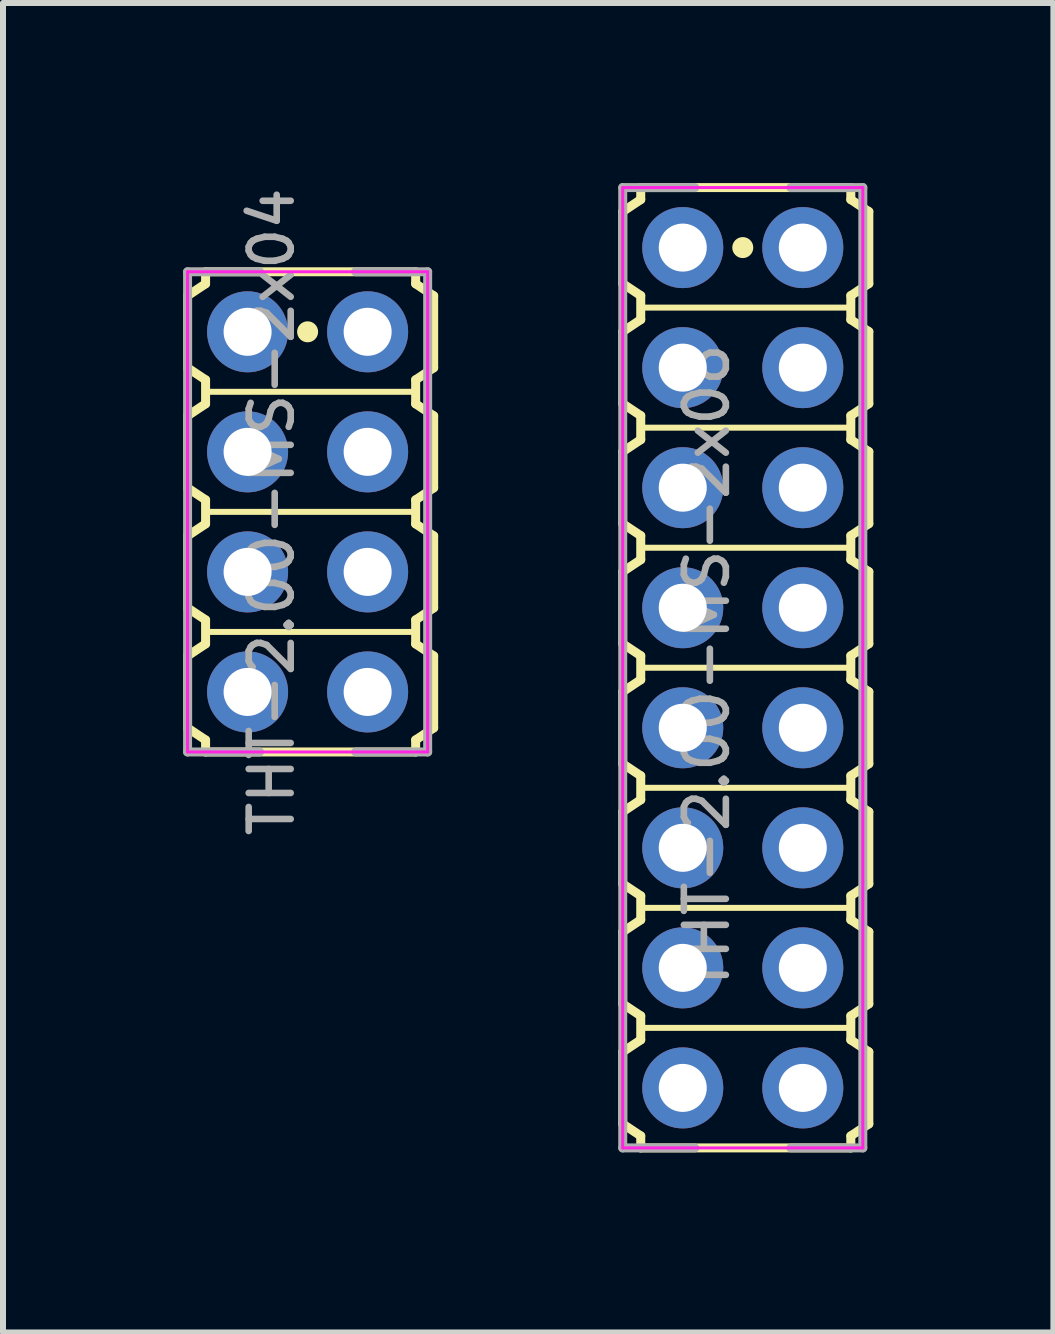
<source format=kicad_pcb>
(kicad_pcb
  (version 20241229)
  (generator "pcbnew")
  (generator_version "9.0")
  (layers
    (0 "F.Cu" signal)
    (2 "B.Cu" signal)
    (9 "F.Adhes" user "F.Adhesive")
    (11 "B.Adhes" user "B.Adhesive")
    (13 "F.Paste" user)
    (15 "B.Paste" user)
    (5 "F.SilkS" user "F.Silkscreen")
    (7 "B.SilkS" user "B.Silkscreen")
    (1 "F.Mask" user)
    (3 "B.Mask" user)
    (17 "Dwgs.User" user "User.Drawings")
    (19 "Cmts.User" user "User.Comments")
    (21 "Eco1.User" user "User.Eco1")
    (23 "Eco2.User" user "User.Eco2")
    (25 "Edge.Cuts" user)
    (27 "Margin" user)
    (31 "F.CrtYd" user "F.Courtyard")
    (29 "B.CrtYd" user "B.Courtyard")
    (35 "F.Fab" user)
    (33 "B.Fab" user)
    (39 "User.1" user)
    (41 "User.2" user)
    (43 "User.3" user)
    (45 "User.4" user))
  (footprint "THT-2.00-MS-2x08"
    (layer "F.Cu")
    (at 9.325 8.075)
    (property "Reference" "THT-2.00-MS-2x08" (at -0.6 0 90) (layer "F.Fab") (effects (font (size 0.7 0.7) (thickness 0.11))))
    (attr through_hole)
    (fp_line (start -2 -7.6) (end -1.7 -7.8) (stroke (width 0.15) (type solid)) (layer "F.SilkS"))
    (fp_line (start -2 -6.4) (end -2 -7.6) (stroke (width 0.15) (type solid)) (layer "F.SilkS"))
    (fp_line (start -2 -5.6) (end -1.7 -5.8) (stroke (width 0.15) (type solid)) (layer "F.SilkS"))
    (fp_line (start -2 -4.4) (end -2 -5.6) (stroke (width 0.15) (type solid)) (layer "F.SilkS"))
    (fp_line (start -2 -3.6) (end -1.7 -3.8) (stroke (width 0.15) (type solid)) (layer "F.SilkS"))
    (fp_line (start -2 -2.4) (end -2 -3.6) (stroke (width 0.15) (type solid)) (layer "F.SilkS"))
    (fp_line (start -2 -1.6) (end -1.7 -1.8) (stroke (width 0.15) (type solid)) (layer "F.SilkS"))
    (fp_line (start -2 -0.4) (end -2 -1.6) (stroke (width 0.15) (type solid)) (layer "F.SilkS"))
    (fp_line (start -2 0.4) (end -1.7 0.2) (stroke (width 0.15) (type solid)) (layer "F.SilkS"))
    (fp_line (start -2 1.6) (end -2 0.4) (stroke (width 0.15) (type solid)) (layer "F.SilkS"))
    (fp_line (start -2 2.4) (end -1.7 2.2) (stroke (width 0.15) (type solid)) (layer "F.SilkS"))
    (fp_line (start -2 3.6) (end -2 2.4) (stroke (width 0.15) (type solid)) (layer "F.SilkS"))
    (fp_line (start -2 4.4) (end -1.7 4.2) (stroke (width 0.15) (type solid)) (layer "F.SilkS"))
    (fp_line (start -2 5.6) (end -2 4.4) (stroke (width 0.15) (type solid)) (layer "F.SilkS"))
    (fp_line (start -2 6.4) (end -1.7 6.2) (stroke (width 0.15) (type solid)) (layer "F.SilkS"))
    (fp_line (start -2 7.6) (end -2 6.4) (stroke (width 0.15) (type solid)) (layer "F.SilkS"))
    (fp_line (start -1.7 -8) (end -1.7 -7.8) (stroke (width 0.15) (type solid)) (layer "F.SilkS"))
    (fp_line (start -1.7 -8) (end 1.8 -8) (stroke (width 0.15) (type solid)) (layer "F.SilkS"))
    (fp_line (start -1.7 -6.2) (end -2 -6.4) (stroke (width 0.15) (type solid)) (layer "F.SilkS"))
    (fp_line (start -1.7 -6.2) (end -1.7 -5.8) (stroke (width 0.15) (type solid)) (layer "F.SilkS"))
    (fp_line (start -1.7 -6) (end 1.8 -6) (stroke (width 0.1) (type solid)) (layer "F.SilkS"))
    (fp_line (start -1.7 -4.2) (end -2 -4.4) (stroke (width 0.15) (type solid)) (layer "F.SilkS"))
    (fp_line (start -1.7 -4.2) (end -1.7 -3.8) (stroke (width 0.15) (type solid)) (layer "F.SilkS"))
    (fp_line (start -1.7 -4) (end 1.8 -4) (stroke (width 0.1) (type solid)) (layer "F.SilkS"))
    (fp_line (start -1.7 -2.2) (end -2 -2.4) (stroke (width 0.15) (type solid)) (layer "F.SilkS"))
    (fp_line (start -1.7 -2.2) (end -1.7 -1.8) (stroke (width 0.15) (type solid)) (layer "F.SilkS"))
    (fp_line (start -1.7 -2) (end 1.8 -2) (stroke (width 0.1) (type solid)) (layer "F.SilkS"))
    (fp_line (start -1.7 -0.2) (end -2 -0.4) (stroke (width 0.15) (type solid)) (layer "F.SilkS"))
    (fp_line (start -1.7 -0.2) (end -1.7 0.2) (stroke (width 0.15) (type solid)) (layer "F.SilkS"))
    (fp_line (start -1.7 0) (end 1.8 0) (stroke (width 0.1) (type solid)) (layer "F.SilkS"))
    (fp_line (start -1.7 1.8) (end -2 1.6) (stroke (width 0.15) (type solid)) (layer "F.SilkS"))
    (fp_line (start -1.7 1.8) (end -1.7 2.2) (stroke (width 0.15) (type solid)) (layer "F.SilkS"))
    (fp_line (start -1.7 2) (end 1.8 2) (stroke (width 0.1) (type solid)) (layer "F.SilkS"))
    (fp_line (start -1.7 3.8) (end -2 3.6) (stroke (width 0.15) (type solid)) (layer "F.SilkS"))
    (fp_line (start -1.7 3.8) (end -1.7 4.2) (stroke (width 0.15) (type solid)) (layer "F.SilkS"))
    (fp_line (start -1.7 4) (end 1.8 4) (stroke (width 0.1) (type solid)) (layer "F.SilkS"))
    (fp_line (start -1.7 5.8) (end -2 5.6) (stroke (width 0.15) (type solid)) (layer "F.SilkS"))
    (fp_line (start -1.7 5.8) (end -1.7 6.2) (stroke (width 0.15) (type solid)) (layer "F.SilkS"))
    (fp_line (start -1.7 6) (end 1.8 6) (stroke (width 0.1) (type solid)) (layer "F.SilkS"))
    (fp_line (start -1.7 7.8) (end -2 7.6) (stroke (width 0.15) (type solid)) (layer "F.SilkS"))
    (fp_line (start -1.7 7.8) (end -1.7 8) (stroke (width 0.15) (type solid)) (layer "F.SilkS"))
    (fp_line (start -1.7 8) (end 1.8 8) (stroke (width 0.15) (type solid)) (layer "F.SilkS"))
    (fp_line (start 0.1 -7) (end -0.1 -7) (stroke (width 0.12) (type solid)) (layer "F.SilkS"))
    (fp_line (start 1.8 -7.8) (end 1.8 -8) (stroke (width 0.15) (type solid)) (layer "F.SilkS"))
    (fp_line (start 1.8 -7.8) (end 2.1 -7.6) (stroke (width 0.15) (type solid)) (layer "F.SilkS"))
    (fp_line (start 1.8 -5.8) (end 1.8 -6.2) (stroke (width 0.15) (type solid)) (layer "F.SilkS"))
    (fp_line (start 1.8 -5.8) (end 2.1 -5.6) (stroke (width 0.15) (type solid)) (layer "F.SilkS"))
    (fp_line (start 1.8 -3.8) (end 1.8 -4.2) (stroke (width 0.15) (type solid)) (layer "F.SilkS"))
    (fp_line (start 1.8 -3.8) (end 2.1 -3.6) (stroke (width 0.15) (type solid)) (layer "F.SilkS"))
    (fp_line (start 1.8 -1.8) (end 1.8 -2.2) (stroke (width 0.15) (type solid)) (layer "F.SilkS"))
    (fp_line (start 1.8 -1.8) (end 2.1 -1.6) (stroke (width 0.15) (type solid)) (layer "F.SilkS"))
    (fp_line (start 1.8 0.2) (end 1.8 -0.2) (stroke (width 0.15) (type solid)) (layer "F.SilkS"))
    (fp_line (start 1.8 0.2) (end 2.1 0.4) (stroke (width 0.15) (type solid)) (layer "F.SilkS"))
    (fp_line (start 1.8 2.2) (end 1.8 1.8) (stroke (width 0.15) (type solid)) (layer "F.SilkS"))
    (fp_line (start 1.8 2.2) (end 2.1 2.4) (stroke (width 0.15) (type solid)) (layer "F.SilkS"))
    (fp_line (start 1.8 4.2) (end 1.8 3.8) (stroke (width 0.15) (type solid)) (layer "F.SilkS"))
    (fp_line (start 1.8 4.2) (end 2.1 4.4) (stroke (width 0.15) (type solid)) (layer "F.SilkS"))
    (fp_line (start 1.8 6.2) (end 1.8 5.8) (stroke (width 0.15) (type solid)) (layer "F.SilkS"))
    (fp_line (start 1.8 6.2) (end 2.1 6.4) (stroke (width 0.15) (type solid)) (layer "F.SilkS"))
    (fp_line (start 1.8 8) (end 1.8 7.8) (stroke (width 0.15) (type solid)) (layer "F.SilkS"))
    (fp_line (start 2.1 -7.6) (end 2.1 -6.4) (stroke (width 0.15) (type solid)) (layer "F.SilkS"))
    (fp_line (start 2.1 -6.4) (end 1.8 -6.2) (stroke (width 0.15) (type solid)) (layer "F.SilkS"))
    (fp_line (start 2.1 -5.6) (end 2.1 -4.4) (stroke (width 0.15) (type solid)) (layer "F.SilkS"))
    (fp_line (start 2.1 -4.4) (end 1.8 -4.2) (stroke (width 0.15) (type solid)) (layer "F.SilkS"))
    (fp_line (start 2.1 -3.6) (end 2.1 -2.4) (stroke (width 0.15) (type solid)) (layer "F.SilkS"))
    (fp_line (start 2.1 -2.4) (end 1.8 -2.2) (stroke (width 0.15) (type solid)) (layer "F.SilkS"))
    (fp_line (start 2.1 -1.6) (end 2.1 -0.4) (stroke (width 0.15) (type solid)) (layer "F.SilkS"))
    (fp_line (start 2.1 -0.4) (end 1.8 -0.2) (stroke (width 0.15) (type solid)) (layer "F.SilkS"))
    (fp_line (start 2.1 0.4) (end 2.1 1.6) (stroke (width 0.15) (type solid)) (layer "F.SilkS"))
    (fp_line (start 2.1 1.6) (end 1.8 1.8) (stroke (width 0.15) (type solid)) (layer "F.SilkS"))
    (fp_line (start 2.1 2.4) (end 2.1 3.6) (stroke (width 0.15) (type solid)) (layer "F.SilkS"))
    (fp_line (start 2.1 3.6) (end 1.8 3.8) (stroke (width 0.15) (type solid)) (layer "F.SilkS"))
    (fp_line (start 2.1 4.4) (end 2.1 5.6) (stroke (width 0.15) (type solid)) (layer "F.SilkS"))
    (fp_line (start 2.1 5.6) (end 1.8 5.8) (stroke (width 0.15) (type solid)) (layer "F.SilkS"))
    (fp_line (start 2.1 6.4) (end 2.1 7.6) (stroke (width 0.15) (type solid)) (layer "F.SilkS"))
    (fp_line (start 2.1 7.6) (end 1.8 7.8) (stroke (width 0.15) (type solid)) (layer "F.SilkS"))
    (fp_circle (center 0 -7) (end 0.1 -7) (stroke (width 0.15) (type solid)) (fill no) (layer "F.SilkS"))
    (fp_line (start -2 -8) (end -2 8) (stroke (width 0.05) (type solid)) (layer "F.CrtYd"))
    (fp_line (start -2 -8) (end 2 -8) (stroke (width 0.05) (type solid)) (layer "F.CrtYd"))
    (fp_line (start -2 8) (end 2 8) (stroke (width 0.05) (type solid)) (layer "F.CrtYd"))
    (fp_line (start 2 -8) (end 2 8) (stroke (width 0.05) (type solid)) (layer "F.CrtYd"))
    (fp_line (start -2 8) (end -2 -8) (stroke (width 0.15) (type solid)) (layer "F.Fab"))
    (fp_line (start -0.8 -8) (end -2 -8) (stroke (width 0.15) (type solid)) (layer "F.Fab"))
    (fp_line (start -0.8 8) (end -2 8) (stroke (width 0.15) (type solid)) (layer "F.Fab"))
    (fp_line (start 0.8 -8) (end 2 -8) (stroke (width 0.15) (type solid)) (layer "F.Fab"))
    (fp_line (start 2 8) (end 0.8 8) (stroke (width 0.15) (type solid)) (layer "F.Fab"))
    (fp_line (start 2 8) (end 2 -8) (stroke (width 0.15) (type solid)) (layer "F.Fab"))
    (pad "1" thru_hole circle (at -1 -7) (size 1.35 1.35) (drill 0.8) (layers "*.Cu" "*.Mask"))
    (pad "2" thru_hole circle (at 1 -7) (size 1.35 1.35) (drill 0.8) (layers "*.Cu" "*.Mask"))
    (pad "3" thru_hole oval (at -1 -5) (size 1.35 1.35) (drill 0.8) (layers "*.Cu" "*.Mask"))
    (pad "4" thru_hole oval (at 1 -5) (size 1.35 1.35) (drill 0.8) (layers "*.Cu" "*.Mask"))
    (pad "5" thru_hole circle (at -1 -3) (size 1.35 1.35) (drill 0.8) (layers "*.Cu" "*.Mask"))
    (pad "6" thru_hole circle (at 1 -3) (size 1.35 1.35) (drill 0.8) (layers "*.Cu" "*.Mask"))
    (pad "7" thru_hole oval (at -1 -1) (size 1.35 1.35) (drill 0.8) (layers "*.Cu" "*.Mask"))
    (pad "8" thru_hole oval (at 1 -1) (size 1.35 1.35) (drill 0.8) (layers "*.Cu" "*.Mask"))
    (pad "9" thru_hole oval (at -1 1) (size 1.35 1.35) (drill 0.8) (layers "*.Cu" "*.Mask"))
    (pad "10" thru_hole oval (at 1 1) (size 1.35 1.35) (drill 0.8) (layers "*.Cu" "*.Mask"))
    (pad "11" thru_hole circle (at -1 3) (size 1.35 1.35) (drill 0.8) (layers "*.Cu" "*.Mask"))
    (pad "12" thru_hole circle (at 1 3) (size 1.35 1.35) (drill 0.8) (layers "*.Cu" "*.Mask"))
    (pad "13" thru_hole oval (at -1 5) (size 1.35 1.35) (drill 0.8) (layers "*.Cu" "*.Mask"))
    (pad "14" thru_hole oval (at 1 5) (size 1.35 1.35) (drill 0.8) (layers "*.Cu" "*.Mask"))
    (pad "15" thru_hole oval (at -1 7) (size 1.35 1.35) (drill 0.8) (layers "*.Cu" "*.Mask"))
    (pad "16" thru_hole oval (at 1 7) (size 1.35 1.35) (drill 0.8) (layers "*.Cu" "*.Mask")))
  (footprint "THT-2.00-MS-2x04"
    (layer "F.Cu")
    (at 2.075 5.478)
    (property "Reference" "THT-2.00-MS-2x04" (at -0.6 0 90) (layer "F.Fab") (effects (font (size 0.7 0.7) (thickness 0.11))))
    (attr through_hole)
    (fp_line (start -2 -3.6) (end -1.7 -3.8) (stroke (width 0.15) (type solid)) (layer "F.SilkS"))
    (fp_line (start -2 -2.4) (end -2 -3.6) (stroke (width 0.15) (type solid)) (layer "F.SilkS"))
    (fp_line (start -2 -1.6) (end -1.7 -1.8) (stroke (width 0.15) (type solid)) (layer "F.SilkS"))
    (fp_line (start -2 -0.4) (end -2 -1.6) (stroke (width 0.15) (type solid)) (layer "F.SilkS"))
    (fp_line (start -2 0.4) (end -1.7 0.2) (stroke (width 0.15) (type solid)) (layer "F.SilkS"))
    (fp_line (start -2 1.6) (end -2 0.4) (stroke (width 0.15) (type solid)) (layer "F.SilkS"))
    (fp_line (start -2 2.4) (end -1.7 2.2) (stroke (width 0.15) (type solid)) (layer "F.SilkS"))
    (fp_line (start -2 3.6) (end -2 2.4) (stroke (width 0.15) (type solid)) (layer "F.SilkS"))
    (fp_line (start -1.7 -4) (end -1.7 -3.8) (stroke (width 0.15) (type solid)) (layer "F.SilkS"))
    (fp_line (start -1.7 -4) (end 1.8 -4) (stroke (width 0.15) (type solid)) (layer "F.SilkS"))
    (fp_line (start -1.7 -2.2) (end -2 -2.4) (stroke (width 0.15) (type solid)) (layer "F.SilkS"))
    (fp_line (start -1.7 -2.2) (end -1.7 -1.8) (stroke (width 0.15) (type solid)) (layer "F.SilkS"))
    (fp_line (start -1.7 -2) (end 1.8 -2) (stroke (width 0.1) (type solid)) (layer "F.SilkS"))
    (fp_line (start -1.7 -0.2) (end -2 -0.4) (stroke (width 0.15) (type solid)) (layer "F.SilkS"))
    (fp_line (start -1.7 -0.2) (end -1.7 0.2) (stroke (width 0.15) (type solid)) (layer "F.SilkS"))
    (fp_line (start -1.7 0) (end 1.8 0) (stroke (width 0.1) (type solid)) (layer "F.SilkS"))
    (fp_line (start -1.7 1.8) (end -2 1.6) (stroke (width 0.15) (type solid)) (layer "F.SilkS"))
    (fp_line (start -1.7 1.8) (end -1.7 2.2) (stroke (width 0.15) (type solid)) (layer "F.SilkS"))
    (fp_line (start -1.7 2) (end 1.8 2) (stroke (width 0.1) (type solid)) (layer "F.SilkS"))
    (fp_line (start -1.7 3.8) (end -2 3.6) (stroke (width 0.15) (type solid)) (layer "F.SilkS"))
    (fp_line (start -1.7 3.8) (end -1.7 4) (stroke (width 0.15) (type solid)) (layer "F.SilkS"))
    (fp_line (start -1.7 4) (end 1.8 4) (stroke (width 0.15) (type solid)) (layer "F.SilkS"))
    (fp_line (start 0.1 -3) (end -0.1 -3) (stroke (width 0.12) (type solid)) (layer "F.SilkS"))
    (fp_line (start 1.8 -3.8) (end 1.8 -4) (stroke (width 0.15) (type solid)) (layer "F.SilkS"))
    (fp_line (start 1.8 -3.8) (end 2.1 -3.6) (stroke (width 0.15) (type solid)) (layer "F.SilkS"))
    (fp_line (start 1.8 -1.8) (end 1.8 -2.2) (stroke (width 0.15) (type solid)) (layer "F.SilkS"))
    (fp_line (start 1.8 -1.8) (end 2.1 -1.6) (stroke (width 0.15) (type solid)) (layer "F.SilkS"))
    (fp_line (start 1.8 0.2) (end 1.8 -0.2) (stroke (width 0.15) (type solid)) (layer "F.SilkS"))
    (fp_line (start 1.8 0.2) (end 2.1 0.4) (stroke (width 0.15) (type solid)) (layer "F.SilkS"))
    (fp_line (start 1.8 2.2) (end 1.8 1.8) (stroke (width 0.15) (type solid)) (layer "F.SilkS"))
    (fp_line (start 1.8 2.2) (end 2.1 2.4) (stroke (width 0.15) (type solid)) (layer "F.SilkS"))
    (fp_line (start 1.8 4) (end 1.8 3.8) (stroke (width 0.15) (type solid)) (layer "F.SilkS"))
    (fp_line (start 2.1 -3.6) (end 2.1 -2.4) (stroke (width 0.15) (type solid)) (layer "F.SilkS"))
    (fp_line (start 2.1 -2.4) (end 1.8 -2.2) (stroke (width 0.15) (type solid)) (layer "F.SilkS"))
    (fp_line (start 2.1 -1.6) (end 2.1 -0.4) (stroke (width 0.15) (type solid)) (layer "F.SilkS"))
    (fp_line (start 2.1 -0.4) (end 1.8 -0.2) (stroke (width 0.15) (type solid)) (layer "F.SilkS"))
    (fp_line (start 2.1 0.4) (end 2.1 1.6) (stroke (width 0.15) (type solid)) (layer "F.SilkS"))
    (fp_line (start 2.1 1.6) (end 1.8 1.8) (stroke (width 0.15) (type solid)) (layer "F.SilkS"))
    (fp_line (start 2.1 2.4) (end 2.1 3.6) (stroke (width 0.15) (type solid)) (layer "F.SilkS"))
    (fp_line (start 2.1 3.6) (end 1.8 3.8) (stroke (width 0.15) (type solid)) (layer "F.SilkS"))
    (fp_circle (center 0 -3) (end 0.1 -3) (stroke (width 0.15) (type solid)) (fill no) (layer "F.SilkS"))
    (fp_line (start -2 -4) (end -2 4) (stroke (width 0.05) (type solid)) (layer "F.CrtYd"))
    (fp_line (start -2 -4) (end 2 -4) (stroke (width 0.05) (type solid)) (layer "F.CrtYd"))
    (fp_line (start -2 4) (end 2 4) (stroke (width 0.05) (type solid)) (layer "F.CrtYd"))
    (fp_line (start 2 -4) (end 2 4) (stroke (width 0.05) (type solid)) (layer "F.CrtYd"))
    (fp_line (start -2 4) (end -2 -4) (stroke (width 0.15) (type solid)) (layer "F.Fab"))
    (fp_line (start -0.8 -4) (end -2 -4) (stroke (width 0.15) (type solid)) (layer "F.Fab"))
    (fp_line (start -0.8 4) (end -2 4) (stroke (width 0.15) (type solid)) (layer "F.Fab"))
    (fp_line (start 0.8 -4) (end 2 -4) (stroke (width 0.15) (type solid)) (layer "F.Fab"))
    (fp_line (start 2 4) (end 0.8 4) (stroke (width 0.15) (type solid)) (layer "F.Fab"))
    (fp_line (start 2 4) (end 2 -4) (stroke (width 0.15) (type solid)) (layer "F.Fab"))
    (pad "1" thru_hole circle (at -1 -3) (size 1.35 1.35) (drill 0.8) (layers "*.Cu" "*.Mask"))
    (pad "2" thru_hole circle (at 1 -3) (size 1.35 1.35) (drill 0.8) (layers "*.Cu" "*.Mask"))
    (pad "3" thru_hole oval (at -1 -1) (size 1.35 1.35) (drill 0.8) (layers "*.Cu" "*.Mask"))
    (pad "4" thru_hole oval (at 1 -1) (size 1.35 1.35) (drill 0.8) (layers "*.Cu" "*.Mask"))
    (pad "5" thru_hole circle (at -1 1) (size 1.35 1.35) (drill 0.8) (layers "*.Cu" "*.Mask"))
    (pad "6" thru_hole circle (at 1 1) (size 1.35 1.35) (drill 0.8) (layers "*.Cu" "*.Mask"))
    (pad "7" thru_hole oval (at -1 3) (size 1.35 1.35) (drill 0.8) (layers "*.Cu" "*.Mask"))
    (pad "8" thru_hole oval (at 1 3) (size 1.35 1.35) (drill 0.8) (layers "*.Cu" "*.Mask")))
  (gr_rect
    (start -3 -3)
    (end 14.5 19.15)
    (stroke (width 0.1) (type default))
    (fill no)
    (layer "Edge.Cuts")))
</source>
